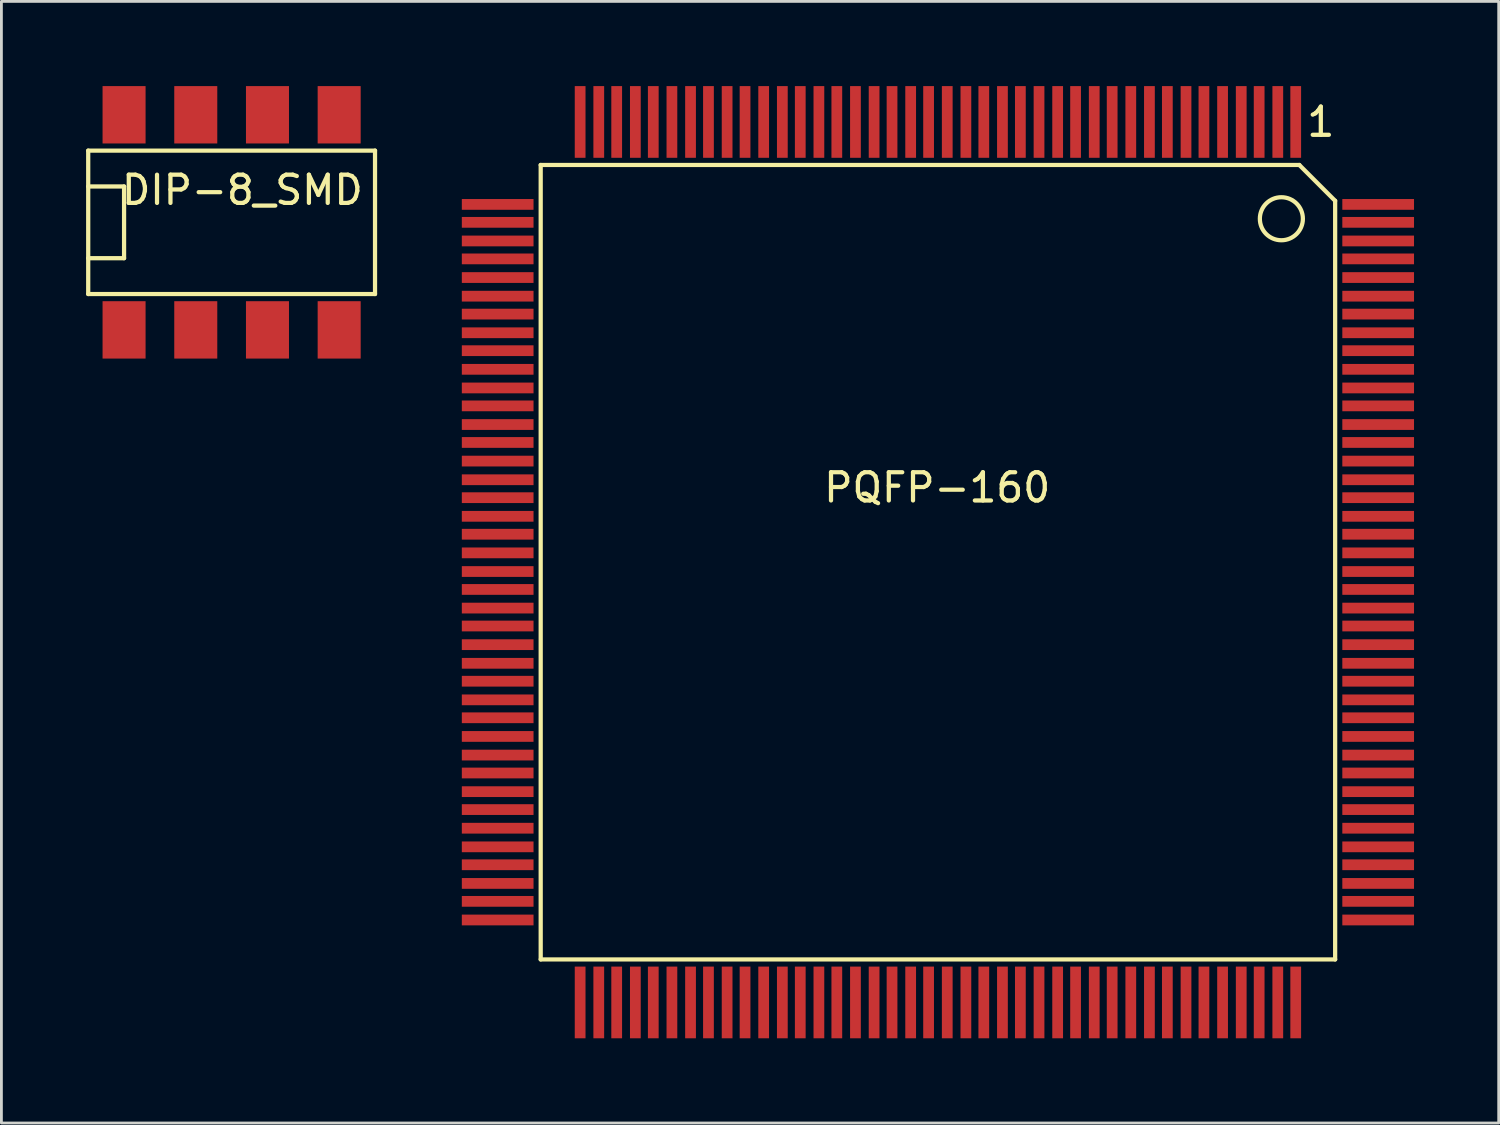
<source format=kicad_pcb>
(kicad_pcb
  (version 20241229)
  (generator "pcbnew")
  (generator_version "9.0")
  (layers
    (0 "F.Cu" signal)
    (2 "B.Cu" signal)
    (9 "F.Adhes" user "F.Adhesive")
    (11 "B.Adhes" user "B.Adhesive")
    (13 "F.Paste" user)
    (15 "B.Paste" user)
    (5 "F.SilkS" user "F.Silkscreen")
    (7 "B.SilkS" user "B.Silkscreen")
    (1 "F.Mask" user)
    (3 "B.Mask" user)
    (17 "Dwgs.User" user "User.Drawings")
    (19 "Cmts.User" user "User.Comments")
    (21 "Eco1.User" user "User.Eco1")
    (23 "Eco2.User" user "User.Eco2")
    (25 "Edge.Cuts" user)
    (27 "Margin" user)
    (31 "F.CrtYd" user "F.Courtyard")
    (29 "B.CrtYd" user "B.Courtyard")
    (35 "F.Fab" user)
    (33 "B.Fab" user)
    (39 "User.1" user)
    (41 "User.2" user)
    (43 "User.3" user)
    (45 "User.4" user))
  (footprint "DIP-8_SMD"
    (layer "F.Cu")
    (at 5.155 4.826)
    (property "Reference" "DIP-8_SMD" (at 0.381 -1.143 0) (layer "F.SilkS") (effects (font (size 1 1) (thickness 0.15))))
    (attr smd)
    (fp_line (start -5.08 -2.54) (end -5.08 2.54) (stroke (width 0.15) (type solid)) (layer "F.SilkS"))
    (fp_line (start -5.08 -1.27) (end -3.81 -1.27) (stroke (width 0.15) (type solid)) (layer "F.SilkS"))
    (fp_line (start -5.08 2.54) (end 5.08 2.54) (stroke (width 0.15) (type solid)) (layer "F.SilkS"))
    (fp_line (start -3.81 -1.27) (end -3.81 1.27) (stroke (width 0.15) (type solid)) (layer "F.SilkS"))
    (fp_line (start -3.81 1.27) (end -5.08 1.27) (stroke (width 0.15) (type solid)) (layer "F.SilkS"))
    (fp_line (start 5.08 -2.54) (end -5.08 -2.54) (stroke (width 0.15) (type solid)) (layer "F.SilkS"))
    (fp_line (start 5.08 2.54) (end 5.08 -2.54) (stroke (width 0.15) (type solid)) (layer "F.SilkS"))
    (pad "1" smd rect (at -3.81 3.81) (size 1.524 2.032) (layers "F.Cu" "F.Mask" "F.Paste"))
    (pad "2" smd rect (at -1.27 3.81) (size 1.524 2.032) (layers "F.Cu" "F.Mask" "F.Paste"))
    (pad "3" smd rect (at 1.27 3.81) (size 1.524 2.032) (layers "F.Cu" "F.Mask" "F.Paste"))
    (pad "4" smd rect (at 3.81 3.81) (size 1.524 2.032) (layers "F.Cu" "F.Mask" "F.Paste"))
    (pad "5" smd rect (at 3.81 -3.81) (size 1.524 2.032) (layers "F.Cu" "F.Mask" "F.Paste"))
    (pad "6" smd rect (at 1.27 -3.81) (size 1.524 2.032) (layers "F.Cu" "F.Mask" "F.Paste"))
    (pad "7" smd rect (at -1.27 -3.81) (size 1.524 2.032) (layers "F.Cu" "F.Mask" "F.Paste"))
    (pad "8" smd rect (at -3.81 -3.81) (size 1.524 2.032) (layers "F.Cu" "F.Mask" "F.Paste")))
  (footprint "PQFP-160"
    (layer "F.Cu")
    (at 30.15 16.764)
    (property "Reference" "PQFP-160" (at 0 -2.54 0) (layer "F.SilkS") (effects (font (size 1 1) (thickness 0.15))))
    (attr smd)
    (fp_line (start -14.046 -13.97) (end -14.046 14.173) (stroke (width 0.15) (type solid)) (layer "F.SilkS"))
    (fp_line (start -14.046 14.173) (end 14.097 14.173) (stroke (width 0.15) (type solid)) (layer "F.SilkS"))
    (fp_line (start 12.827 -13.97) (end -14.046 -13.97) (stroke (width 0.15) (type solid)) (layer "F.SilkS"))
    (fp_line (start 12.827 -13.97) (end 14.097 -12.7) (stroke (width 0.15) (type solid)) (layer "F.SilkS"))
    (fp_line (start 14.097 14.173) (end 14.097 -12.7) (stroke (width 0.15) (type solid)) (layer "F.SilkS"))
    (fp_circle (center 12.192 -12.065) (end 12.192 -11.303) (stroke (width 0.15) (type solid)) (fill no) (layer "F.SilkS"))
    (fp_text user "1" (at 13.589 -15.494 0) (layer "F.SilkS") (effects (font (size 1 1) (thickness 0.15))))
    (pad "1" smd rect (at 12.7 -15.494) (size 0.381 2.54) (layers "F.Cu" "F.Mask" "F.Paste"))
    (pad "2" smd rect (at 12.065 -15.494) (size 0.381 2.54) (layers "F.Cu" "F.Mask" "F.Paste"))
    (pad "3" smd rect (at 11.405 -15.494) (size 0.381 2.54) (layers "F.Cu" "F.Mask" "F.Paste"))
    (pad "4" smd rect (at 10.77 -15.494) (size 0.381 2.54) (layers "F.Cu" "F.Mask" "F.Paste"))
    (pad "5" smd rect (at 10.109 -15.494) (size 0.381 2.54) (layers "F.Cu" "F.Mask" "F.Paste"))
    (pad "6" smd rect (at 9.449 -15.494) (size 0.381 2.54) (layers "F.Cu" "F.Mask" "F.Paste"))
    (pad "7" smd rect (at 8.814 -15.494) (size 0.381 2.54) (layers "F.Cu" "F.Mask" "F.Paste"))
    (pad "8" smd rect (at 8.153 -15.494) (size 0.381 2.54) (layers "F.Cu" "F.Mask" "F.Paste"))
    (pad "9" smd rect (at 7.518 -15.494) (size 0.381 2.54) (layers "F.Cu" "F.Mask" "F.Paste"))
    (pad "10" smd rect (at 6.858 -15.494) (size 0.381 2.54) (layers "F.Cu" "F.Mask" "F.Paste"))
    (pad "11" smd rect (at 6.198 -15.494) (size 0.381 2.54) (layers "F.Cu" "F.Mask" "F.Paste"))
    (pad "12" smd rect (at 5.563 -15.494) (size 0.381 2.54) (layers "F.Cu" "F.Mask" "F.Paste"))
    (pad "13" smd rect (at 4.902 -15.494) (size 0.381 2.54) (layers "F.Cu" "F.Mask" "F.Paste"))
    (pad "14" smd rect (at 4.267 -15.494) (size 0.381 2.54) (layers "F.Cu" "F.Mask" "F.Paste"))
    (pad "15" smd rect (at 3.607 -15.494) (size 0.381 2.54) (layers "F.Cu" "F.Mask" "F.Paste"))
    (pad "16" smd rect (at 2.946 -15.494) (size 0.381 2.54) (layers "F.Cu" "F.Mask" "F.Paste"))
    (pad "17" smd rect (at 2.311 -15.494) (size 0.381 2.54) (layers "F.Cu" "F.Mask" "F.Paste"))
    (pad "18" smd rect (at 1.651 -15.494) (size 0.381 2.54) (layers "F.Cu" "F.Mask" "F.Paste"))
    (pad "19" smd rect (at 1.016 -15.494) (size 0.381 2.54) (layers "F.Cu" "F.Mask" "F.Paste"))
    (pad "20" smd rect (at 0.356 -15.494) (size 0.381 2.54) (layers "F.Cu" "F.Mask" "F.Paste"))
    (pad "21" smd rect (at -0.305 -15.494) (size 0.381 2.54) (layers "F.Cu" "F.Mask" "F.Paste"))
    (pad "22" smd rect (at -0.94 -15.494) (size 0.381 2.54) (layers "F.Cu" "F.Mask" "F.Paste"))
    (pad "23" smd rect (at -1.6 -15.494) (size 0.381 2.54) (layers "F.Cu" "F.Mask" "F.Paste"))
    (pad "24" smd rect (at -2.235 -15.494) (size 0.381 2.54) (layers "F.Cu" "F.Mask" "F.Paste"))
    (pad "25" smd rect (at -2.896 -15.494) (size 0.381 2.54) (layers "F.Cu" "F.Mask" "F.Paste"))
    (pad "26" smd rect (at -3.556 -15.494) (size 0.381 2.54) (layers "F.Cu" "F.Mask" "F.Paste"))
    (pad "27" smd rect (at -4.191 -15.494) (size 0.381 2.54) (layers "F.Cu" "F.Mask" "F.Paste"))
    (pad "28" smd rect (at -4.851 -15.494) (size 0.381 2.54) (layers "F.Cu" "F.Mask" "F.Paste"))
    (pad "29" smd rect (at -5.486 -15.494) (size 0.381 2.54) (layers "F.Cu" "F.Mask" "F.Paste"))
    (pad "30" smd rect (at -6.147 -15.494) (size 0.381 2.54) (layers "F.Cu" "F.Mask" "F.Paste"))
    (pad "31" smd rect (at -6.807 -15.494) (size 0.381 2.54) (layers "F.Cu" "F.Mask" "F.Paste"))
    (pad "32" smd rect (at -7.442 -15.494) (size 0.381 2.54) (layers "F.Cu" "F.Mask" "F.Paste"))
    (pad "33" smd rect (at -8.103 -15.494) (size 0.381 2.54) (layers "F.Cu" "F.Mask" "F.Paste"))
    (pad "34" smd rect (at -8.738 -15.494) (size 0.381 2.54) (layers "F.Cu" "F.Mask" "F.Paste"))
    (pad "35" smd rect (at -9.398 -15.494) (size 0.381 2.54) (layers "F.Cu" "F.Mask" "F.Paste"))
    (pad "36" smd rect (at -10.058 -15.494) (size 0.381 2.54) (layers "F.Cu" "F.Mask" "F.Paste"))
    (pad "37" smd rect (at -10.693 -15.494) (size 0.381 2.54) (layers "F.Cu" "F.Mask" "F.Paste"))
    (pad "38" smd rect (at -11.354 -15.494) (size 0.381 2.54) (layers "F.Cu" "F.Mask" "F.Paste"))
    (pad "39" smd rect (at -11.989 -15.494) (size 0.381 2.54) (layers "F.Cu" "F.Mask" "F.Paste"))
    (pad "40" smd rect (at -12.649 -15.494) (size 0.381 2.54) (layers "F.Cu" "F.Mask" "F.Paste"))
    (pad "41" smd rect (at -15.57 -12.573) (size 2.54 0.381) (layers "F.Cu" "F.Mask" "F.Paste"))
    (pad "42" smd rect (at -15.57 -11.938) (size 2.54 0.381) (layers "F.Cu" "F.Mask" "F.Paste"))
    (pad "43" smd rect (at -15.57 -11.278) (size 2.54 0.381) (layers "F.Cu" "F.Mask" "F.Paste"))
    (pad "44" smd rect (at -15.57 -10.643) (size 2.54 0.381) (layers "F.Cu" "F.Mask" "F.Paste"))
    (pad "45" smd rect (at -15.57 -9.982) (size 2.54 0.381) (layers "F.Cu" "F.Mask" "F.Paste"))
    (pad "46" smd rect (at -15.57 -9.322) (size 2.54 0.381) (layers "F.Cu" "F.Mask" "F.Paste"))
    (pad "47" smd rect (at -15.57 -8.687) (size 2.54 0.381) (layers "F.Cu" "F.Mask" "F.Paste"))
    (pad "48" smd rect (at -15.57 -8.026) (size 2.54 0.381) (layers "F.Cu" "F.Mask" "F.Paste"))
    (pad "49" smd rect (at -15.57 -7.391) (size 2.54 0.381) (layers "F.Cu" "F.Mask" "F.Paste"))
    (pad "50" smd rect (at -15.57 -6.731) (size 2.54 0.381) (layers "F.Cu" "F.Mask" "F.Paste"))
    (pad "51" smd rect (at -15.57 -6.071) (size 2.54 0.381) (layers "F.Cu" "F.Mask" "F.Paste"))
    (pad "52" smd rect (at -15.57 -5.436) (size 2.54 0.381) (layers "F.Cu" "F.Mask" "F.Paste"))
    (pad "53" smd rect (at -15.57 -4.775) (size 2.54 0.381) (layers "F.Cu" "F.Mask" "F.Paste"))
    (pad "54" smd rect (at -15.57 -4.14) (size 2.54 0.381) (layers "F.Cu" "F.Mask" "F.Paste"))
    (pad "55" smd rect (at -15.57 -3.48) (size 2.54 0.381) (layers "F.Cu" "F.Mask" "F.Paste"))
    (pad "56" smd rect (at -15.57 -2.819) (size 2.54 0.381) (layers "F.Cu" "F.Mask" "F.Paste"))
    (pad "57" smd rect (at -15.57 -2.184) (size 2.54 0.381) (layers "F.Cu" "F.Mask" "F.Paste"))
    (pad "58" smd rect (at -15.57 -1.524) (size 2.54 0.381) (layers "F.Cu" "F.Mask" "F.Paste"))
    (pad "59" smd rect (at -15.57 -0.889) (size 2.54 0.381) (layers "F.Cu" "F.Mask" "F.Paste"))
    (pad "60" smd rect (at -15.57 -0.229) (size 2.54 0.381) (layers "F.Cu" "F.Mask" "F.Paste"))
    (pad "61" smd rect (at -15.57 0.432) (size 2.54 0.381) (layers "F.Cu" "F.Mask" "F.Paste"))
    (pad "62" smd rect (at -15.57 1.067) (size 2.54 0.381) (layers "F.Cu" "F.Mask" "F.Paste"))
    (pad "63" smd rect (at -15.57 1.727) (size 2.54 0.381) (layers "F.Cu" "F.Mask" "F.Paste"))
    (pad "64" smd rect (at -15.57 2.362) (size 2.54 0.381) (layers "F.Cu" "F.Mask" "F.Paste"))
    (pad "65" smd rect (at -15.57 3.023) (size 2.54 0.381) (layers "F.Cu" "F.Mask" "F.Paste"))
    (pad "66" smd rect (at -15.57 3.683) (size 2.54 0.381) (layers "F.Cu" "F.Mask" "F.Paste"))
    (pad "67" smd rect (at -15.57 4.318) (size 2.54 0.381) (layers "F.Cu" "F.Mask" "F.Paste"))
    (pad "68" smd rect (at -15.57 4.978) (size 2.54 0.381) (layers "F.Cu" "F.Mask" "F.Paste"))
    (pad "69" smd rect (at -15.57 5.613) (size 2.54 0.381) (layers "F.Cu" "F.Mask" "F.Paste"))
    (pad "70" smd rect (at -15.57 6.274) (size 2.54 0.381) (layers "F.Cu" "F.Mask" "F.Paste"))
    (pad "71" smd rect (at -15.57 6.934) (size 2.54 0.381) (layers "F.Cu" "F.Mask" "F.Paste"))
    (pad "72" smd rect (at -15.57 7.569) (size 2.54 0.381) (layers "F.Cu" "F.Mask" "F.Paste"))
    (pad "73" smd rect (at -15.57 8.23) (size 2.54 0.381) (layers "F.Cu" "F.Mask" "F.Paste"))
    (pad "74" smd rect (at -15.57 8.865) (size 2.54 0.381) (layers "F.Cu" "F.Mask" "F.Paste"))
    (pad "75" smd rect (at -15.57 9.525) (size 2.54 0.381) (layers "F.Cu" "F.Mask" "F.Paste"))
    (pad "76" smd rect (at -15.57 10.185) (size 2.54 0.381) (layers "F.Cu" "F.Mask" "F.Paste"))
    (pad "77" smd rect (at -15.57 10.82) (size 2.54 0.381) (layers "F.Cu" "F.Mask" "F.Paste"))
    (pad "78" smd rect (at -15.57 11.481) (size 2.54 0.381) (layers "F.Cu" "F.Mask" "F.Paste"))
    (pad "79" smd rect (at -15.57 12.116) (size 2.54 0.381) (layers "F.Cu" "F.Mask" "F.Paste"))
    (pad "80" smd rect (at -15.57 12.776) (size 2.54 0.381) (layers "F.Cu" "F.Mask" "F.Paste"))
    (pad "81" smd rect (at -12.649 15.697) (size 0.381 2.54) (layers "F.Cu" "F.Mask" "F.Paste"))
    (pad "82" smd rect (at -11.989 15.697) (size 0.381 2.54) (layers "F.Cu" "F.Mask" "F.Paste"))
    (pad "83" smd rect (at -11.354 15.697) (size 0.381 2.54) (layers "F.Cu" "F.Mask" "F.Paste"))
    (pad "84" smd rect (at -10.693 15.697) (size 0.381 2.54) (layers "F.Cu" "F.Mask" "F.Paste"))
    (pad "85" smd rect (at -10.058 15.697) (size 0.381 2.54) (layers "F.Cu" "F.Mask" "F.Paste"))
    (pad "86" smd rect (at -9.398 15.697) (size 0.381 2.54) (layers "F.Cu" "F.Mask" "F.Paste"))
    (pad "87" smd rect (at -8.738 15.697) (size 0.381 2.54) (layers "F.Cu" "F.Mask" "F.Paste"))
    (pad "88" smd rect (at -8.103 15.697) (size 0.381 2.54) (layers "F.Cu" "F.Mask" "F.Paste"))
    (pad "89" smd rect (at -7.442 15.697) (size 0.381 2.54) (layers "F.Cu" "F.Mask" "F.Paste"))
    (pad "90" smd rect (at -6.807 15.697) (size 0.381 2.54) (layers "F.Cu" "F.Mask" "F.Paste"))
    (pad "91" smd rect (at -6.147 15.697) (size 0.381 2.54) (layers "F.Cu" "F.Mask" "F.Paste"))
    (pad "92" smd rect (at -5.486 15.697) (size 0.381 2.54) (layers "F.Cu" "F.Mask" "F.Paste"))
    (pad "93" smd rect (at -4.851 15.697) (size 0.381 2.54) (layers "F.Cu" "F.Mask" "F.Paste"))
    (pad "94" smd rect (at -4.191 15.697) (size 0.381 2.54) (layers "F.Cu" "F.Mask" "F.Paste"))
    (pad "95" smd rect (at -3.556 15.697) (size 0.381 2.54) (layers "F.Cu" "F.Mask" "F.Paste"))
    (pad "96" smd rect (at -2.896 15.697) (size 0.381 2.54) (layers "F.Cu" "F.Mask" "F.Paste"))
    (pad "97" smd rect (at -2.235 15.697) (size 0.381 2.54) (layers "F.Cu" "F.Mask" "F.Paste"))
    (pad "98" smd rect (at -1.6 15.697) (size 0.381 2.54) (layers "F.Cu" "F.Mask" "F.Paste"))
    (pad "99" smd rect (at -0.94 15.697) (size 0.381 2.54) (layers "F.Cu" "F.Mask" "F.Paste"))
    (pad "100" smd rect (at -0.305 15.697) (size 0.381 2.54) (layers "F.Cu" "F.Mask" "F.Paste"))
    (pad "101" smd rect (at 0.356 15.697) (size 0.381 2.54) (layers "F.Cu" "F.Mask" "F.Paste"))
    (pad "102" smd rect (at 1.016 15.697) (size 0.381 2.54) (layers "F.Cu" "F.Mask" "F.Paste"))
    (pad "103" smd rect (at 1.651 15.697) (size 0.381 2.54) (layers "F.Cu" "F.Mask" "F.Paste"))
    (pad "104" smd rect (at 2.311 15.697) (size 0.381 2.54) (layers "F.Cu" "F.Mask" "F.Paste"))
    (pad "105" smd rect (at 2.946 15.697) (size 0.381 2.54) (layers "F.Cu" "F.Mask" "F.Paste"))
    (pad "106" smd rect (at 3.607 15.697) (size 0.381 2.54) (layers "F.Cu" "F.Mask" "F.Paste"))
    (pad "107" smd rect (at 4.267 15.697) (size 0.381 2.54) (layers "F.Cu" "F.Mask" "F.Paste"))
    (pad "108" smd rect (at 4.902 15.697) (size 0.381 2.54) (layers "F.Cu" "F.Mask" "F.Paste"))
    (pad "109" smd rect (at 5.563 15.697) (size 0.381 2.54) (layers "F.Cu" "F.Mask" "F.Paste"))
    (pad "110" smd rect (at 6.198 15.697) (size 0.381 2.54) (layers "F.Cu" "F.Mask" "F.Paste"))
    (pad "111" smd rect (at 6.858 15.697) (size 0.381 2.54) (layers "F.Cu" "F.Mask" "F.Paste"))
    (pad "112" smd rect (at 7.518 15.697) (size 0.381 2.54) (layers "F.Cu" "F.Mask" "F.Paste"))
    (pad "113" smd rect (at 8.153 15.697) (size 0.381 2.54) (layers "F.Cu" "F.Mask" "F.Paste"))
    (pad "114" smd rect (at 8.814 15.697) (size 0.381 2.54) (layers "F.Cu" "F.Mask" "F.Paste"))
    (pad "115" smd rect (at 9.449 15.697) (size 0.381 2.54) (layers "F.Cu" "F.Mask" "F.Paste"))
    (pad "116" smd rect (at 10.109 15.697) (size 0.381 2.54) (layers "F.Cu" "F.Mask" "F.Paste"))
    (pad "117" smd rect (at 10.77 15.697) (size 0.381 2.54) (layers "F.Cu" "F.Mask" "F.Paste"))
    (pad "118" smd rect (at 11.405 15.697) (size 0.381 2.54) (layers "F.Cu" "F.Mask" "F.Paste"))
    (pad "119" smd rect (at 12.065 15.697) (size 0.381 2.54) (layers "F.Cu" "F.Mask" "F.Paste"))
    (pad "120" smd rect (at 12.7 15.697) (size 0.381 2.54) (layers "F.Cu" "F.Mask" "F.Paste"))
    (pad "121" smd rect (at 15.621 12.776) (size 2.54 0.381) (layers "F.Cu" "F.Mask" "F.Paste"))
    (pad "122" smd rect (at 15.621 12.116) (size 2.54 0.381) (layers "F.Cu" "F.Mask" "F.Paste"))
    (pad "123" smd rect (at 15.621 11.481) (size 2.54 0.381) (layers "F.Cu" "F.Mask" "F.Paste"))
    (pad "124" smd rect (at 15.621 10.82) (size 2.54 0.381) (layers "F.Cu" "F.Mask" "F.Paste"))
    (pad "125" smd rect (at 15.621 10.185) (size 2.54 0.381) (layers "F.Cu" "F.Mask" "F.Paste"))
    (pad "126" smd rect (at 15.621 9.525) (size 2.54 0.381) (layers "F.Cu" "F.Mask" "F.Paste"))
    (pad "127" smd rect (at 15.621 8.865) (size 2.54 0.381) (layers "F.Cu" "F.Mask" "F.Paste"))
    (pad "128" smd rect (at 15.621 8.23) (size 2.54 0.381) (layers "F.Cu" "F.Mask" "F.Paste"))
    (pad "129" smd rect (at 15.621 7.569) (size 2.54 0.381) (layers "F.Cu" "F.Mask" "F.Paste"))
    (pad "130" smd rect (at 15.621 6.934) (size 2.54 0.381) (layers "F.Cu" "F.Mask" "F.Paste"))
    (pad "131" smd rect (at 15.621 6.274) (size 2.54 0.381) (layers "F.Cu" "F.Mask" "F.Paste"))
    (pad "132" smd rect (at 15.621 5.613) (size 2.54 0.381) (layers "F.Cu" "F.Mask" "F.Paste"))
    (pad "133" smd rect (at 15.621 4.978) (size 2.54 0.381) (layers "F.Cu" "F.Mask" "F.Paste"))
    (pad "134" smd rect (at 15.621 4.318) (size 2.54 0.381) (layers "F.Cu" "F.Mask" "F.Paste"))
    (pad "135" smd rect (at 15.621 3.683) (size 2.54 0.381) (layers "F.Cu" "F.Mask" "F.Paste"))
    (pad "136" smd rect (at 15.621 3.023) (size 2.54 0.381) (layers "F.Cu" "F.Mask" "F.Paste"))
    (pad "137" smd rect (at 15.621 2.362) (size 2.54 0.381) (layers "F.Cu" "F.Mask" "F.Paste"))
    (pad "138" smd rect (at 15.621 1.727) (size 2.54 0.381) (layers "F.Cu" "F.Mask" "F.Paste"))
    (pad "139" smd rect (at 15.621 1.067) (size 2.54 0.381) (layers "F.Cu" "F.Mask" "F.Paste"))
    (pad "140" smd rect (at 15.621 0.432) (size 2.54 0.381) (layers "F.Cu" "F.Mask" "F.Paste"))
    (pad "141" smd rect (at 15.621 -0.229) (size 2.54 0.381) (layers "F.Cu" "F.Mask" "F.Paste"))
    (pad "142" smd rect (at 15.621 -0.889) (size 2.54 0.381) (layers "F.Cu" "F.Mask" "F.Paste"))
    (pad "143" smd rect (at 15.621 -1.524) (size 2.54 0.381) (layers "F.Cu" "F.Mask" "F.Paste"))
    (pad "144" smd rect (at 15.621 -2.184) (size 2.54 0.381) (layers "F.Cu" "F.Mask" "F.Paste"))
    (pad "145" smd rect (at 15.621 -2.819) (size 2.54 0.381) (layers "F.Cu" "F.Mask" "F.Paste"))
    (pad "146" smd rect (at 15.621 -3.48) (size 2.54 0.381) (layers "F.Cu" "F.Mask" "F.Paste"))
    (pad "147" smd rect (at 15.621 -4.14) (size 2.54 0.381) (layers "F.Cu" "F.Mask" "F.Paste"))
    (pad "148" smd rect (at 15.621 -4.775) (size 2.54 0.381) (layers "F.Cu" "F.Mask" "F.Paste"))
    (pad "149" smd rect (at 15.621 -5.436) (size 2.54 0.381) (layers "F.Cu" "F.Mask" "F.Paste"))
    (pad "150" smd rect (at 15.621 -6.071) (size 2.54 0.381) (layers "F.Cu" "F.Mask" "F.Paste"))
    (pad "151" smd rect (at 15.621 -6.731) (size 2.54 0.381) (layers "F.Cu" "F.Mask" "F.Paste"))
    (pad "152" smd rect (at 15.621 -7.391) (size 2.54 0.381) (layers "F.Cu" "F.Mask" "F.Paste"))
    (pad "153" smd rect (at 15.621 -8.026) (size 2.54 0.381) (layers "F.Cu" "F.Mask" "F.Paste"))
    (pad "154" smd rect (at 15.621 -8.687) (size 2.54 0.381) (layers "F.Cu" "F.Mask" "F.Paste"))
    (pad "155" smd rect (at 15.621 -9.322) (size 2.54 0.381) (layers "F.Cu" "F.Mask" "F.Paste"))
    (pad "156" smd rect (at 15.621 -9.982) (size 2.54 0.381) (layers "F.Cu" "F.Mask" "F.Paste"))
    (pad "157" smd rect (at 15.621 -10.643) (size 2.54 0.381) (layers "F.Cu" "F.Mask" "F.Paste"))
    (pad "158" smd rect (at 15.621 -11.278) (size 2.54 0.381) (layers "F.Cu" "F.Mask" "F.Paste"))
    (pad "159" smd rect (at 15.621 -11.938) (size 2.54 0.381) (layers "F.Cu" "F.Mask" "F.Paste"))
    (pad "160" smd rect (at 15.621 -12.573) (size 2.54 0.381) (layers "F.Cu" "F.Mask" "F.Paste")))
  (gr_rect
    (start -3 -3)
    (end 50.041 36.731)
    (stroke (width 0.1) (type default))
    (fill no)
    (layer "Edge.Cuts")))
</source>
